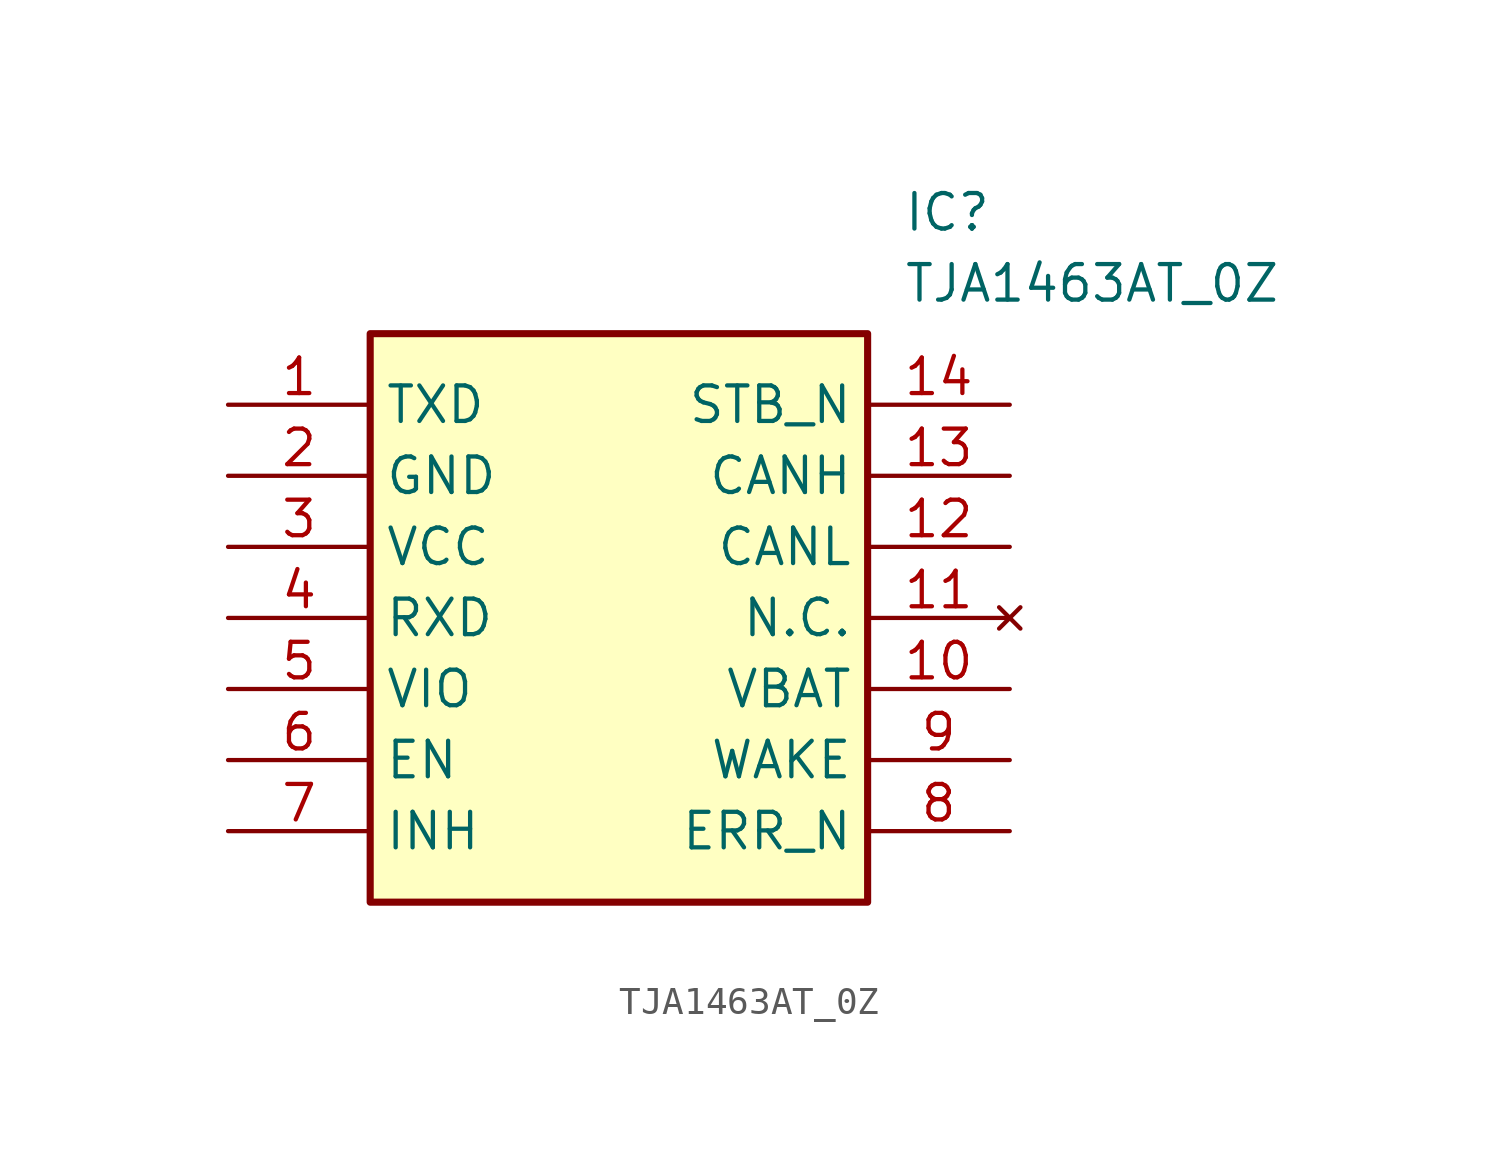
<source format=kicad_sym>
(kicad_symbol_lib
  (version 20211014)
  (generator SamacSys_ECAD_Model)
  (symbol "TJA1463AT_0Z"
    (property "Reference" "IC"
      (at 24.13 7.62 0)
      (effects (font (size 1.27 1.27)) (justify left top)))
    (property "Value" "TJA1463AT_0Z"
      (at 24.13 5.08 0)
      (effects (font (size 1.27 1.27)) (justify left top)))
    (rectangle
      (start 5.08 2.54)
      (end 22.86 -17.78)
      (stroke (width 0.254) (type default))
      (fill (type background)))
    (pin passive line
      (at 0 0 0)
      (length 5.08)
      (name "TXD" (effects (font (size 1.27 1.27))))
      (number "1" (effects (font (size 1.27 1.27)))))
    (pin passive line
      (at 0 -2.54 0)
      (length 5.08)
      (name "GND" (effects (font (size 1.27 1.27))))
      (number "2" (effects (font (size 1.27 1.27)))))
    (pin passive line
      (at 0 -5.08 0)
      (length 5.08)
      (name "VCC" (effects (font (size 1.27 1.27))))
      (number "3" (effects (font (size 1.27 1.27)))))
    (pin passive line
      (at 0 -7.62 0)
      (length 5.08)
      (name "RXD" (effects (font (size 1.27 1.27))))
      (number "4" (effects (font (size 1.27 1.27)))))
    (pin passive line
      (at 0 -10.16 0)
      (length 5.08)
      (name "VIO" (effects (font (size 1.27 1.27))))
      (number "5" (effects (font (size 1.27 1.27)))))
    (pin passive line
      (at 0 -12.7 0)
      (length 5.08)
      (name "EN" (effects (font (size 1.27 1.27))))
      (number "6" (effects (font (size 1.27 1.27)))))
    (pin passive line
      (at 0 -15.24 0)
      (length 5.08)
      (name "INH" (effects (font (size 1.27 1.27))))
      (number "7" (effects (font (size 1.27 1.27)))))
    (pin passive line
      (at 27.94 0 180)
      (length 5.08)
      (name "STB_N" (effects (font (size 1.27 1.27))))
      (number "14" (effects (font (size 1.27 1.27)))))
    (pin passive line
      (at 27.94 -2.54 180)
      (length 5.08)
      (name "CANH" (effects (font (size 1.27 1.27))))
      (number "13" (effects (font (size 1.27 1.27)))))
    (pin passive line
      (at 27.94 -5.08 180)
      (length 5.08)
      (name "CANL" (effects (font (size 1.27 1.27))))
      (number "12" (effects (font (size 1.27 1.27)))))
    (pin no_connect line
      (at 27.94 -7.62 180)
      (length 5.08)
      (name "N.C." (effects (font (size 1.27 1.27))))
      (number "11" (effects (font (size 1.27 1.27)))))
    (pin passive line
      (at 27.94 -10.16 180)
      (length 5.08)
      (name "VBAT" (effects (font (size 1.27 1.27))))
      (number "10" (effects (font (size 1.27 1.27)))))
    (pin passive line
      (at 27.94 -12.7 180)
      (length 5.08)
      (name "WAKE" (effects (font (size 1.27 1.27))))
      (number "9" (effects (font (size 1.27 1.27)))))
    (pin passive line
      (at 27.94 -15.24 180)
      (length 5.08)
      (name "ERR_N" (effects (font (size 1.27 1.27))))
      (number "8" (effects (font (size 1.27 1.27)))))))
</source>
